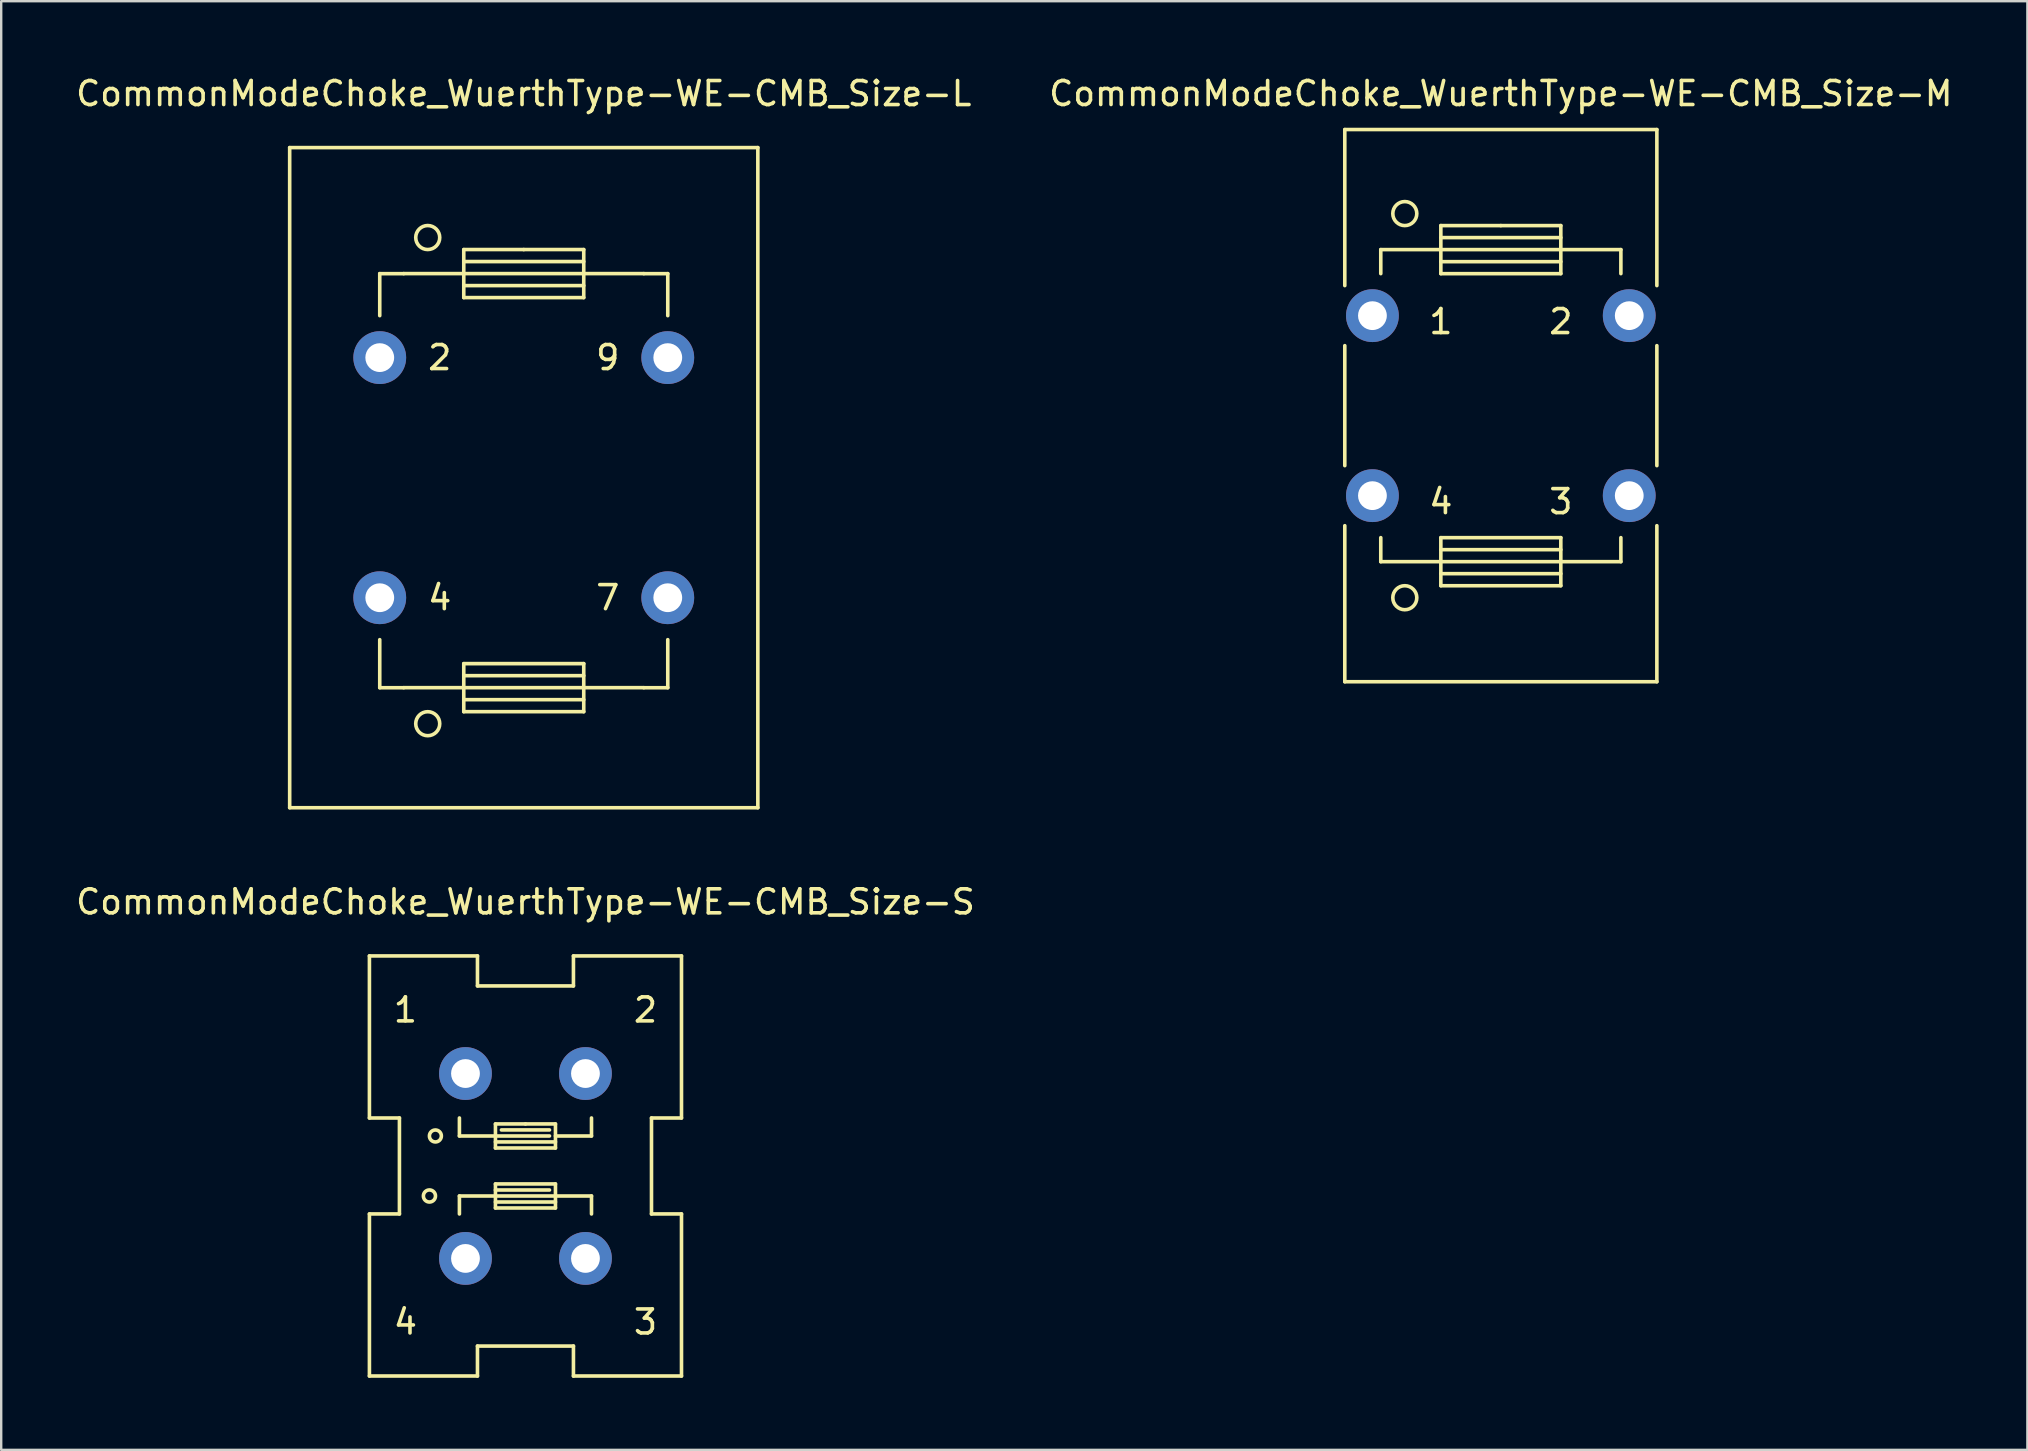
<source format=kicad_pcb>
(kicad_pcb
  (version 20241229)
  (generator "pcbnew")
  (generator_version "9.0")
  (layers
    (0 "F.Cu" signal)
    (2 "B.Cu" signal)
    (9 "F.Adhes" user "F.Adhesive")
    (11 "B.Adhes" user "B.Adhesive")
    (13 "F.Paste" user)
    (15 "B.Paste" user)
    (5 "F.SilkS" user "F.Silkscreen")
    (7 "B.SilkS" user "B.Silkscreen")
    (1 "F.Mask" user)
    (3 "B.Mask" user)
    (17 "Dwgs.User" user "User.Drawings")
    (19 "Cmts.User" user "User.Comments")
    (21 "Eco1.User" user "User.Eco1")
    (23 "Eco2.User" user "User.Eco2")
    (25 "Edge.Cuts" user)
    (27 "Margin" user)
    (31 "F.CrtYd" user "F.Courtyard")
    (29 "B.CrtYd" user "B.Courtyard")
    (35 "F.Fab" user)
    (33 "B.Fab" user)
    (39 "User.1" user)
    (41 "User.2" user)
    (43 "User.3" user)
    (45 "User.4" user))
  (footprint "CommonModeChoke_WuerthType-WE-CMB_Size-M"
    (layer "F.Cu")
    (at 59.47 13.848)
    (property "Reference" "CommonModeChoke_WuerthType-WE-CMB_Size-M" (at 0 -13 0) (layer "F.SilkS") (effects (font (size 1 1) (thickness 0.15))))
    (attr through_hole)
    (fp_line (start -6.5 -11.501) (end 6.5 -11.501) (stroke (width 0.15) (type solid)) (layer "F.SilkS"))
    (fp_line (start -6.5 -5.001) (end -6.5 -11.501) (stroke (width 0.15) (type solid)) (layer "F.SilkS"))
    (fp_line (start -6.5 2.499) (end -6.5 -2.499) (stroke (width 0.15) (type solid)) (layer "F.SilkS"))
    (fp_line (start -6.5 11.501) (end -6.5 5.001) (stroke (width 0.15) (type solid)) (layer "F.SilkS"))
    (fp_line (start -5.001 -6.5) (end -5.001 -5.499) (stroke (width 0.15) (type solid)) (layer "F.SilkS"))
    (fp_line (start -5.001 5.499) (end -5.001 6.5) (stroke (width 0.15) (type solid)) (layer "F.SilkS"))
    (fp_line (start -5.001 6.5) (end -2.499 6.5) (stroke (width 0.15) (type solid)) (layer "F.SilkS"))
    (fp_line (start -2.499 -7.501) (end 0 -7.501) (stroke (width 0.15) (type solid)) (layer "F.SilkS"))
    (fp_line (start -2.499 -6.5) (end -5.001 -6.5) (stroke (width 0.15) (type solid)) (layer "F.SilkS"))
    (fp_line (start -2.499 -6.5) (end 2.499 -6.5) (stroke (width 0.15) (type solid)) (layer "F.SilkS"))
    (fp_line (start -2.499 -5.999) (end 2.499 -5.999) (stroke (width 0.15) (type solid)) (layer "F.SilkS"))
    (fp_line (start -2.499 -5.499) (end -2.499 -7.501) (stroke (width 0.15) (type solid)) (layer "F.SilkS"))
    (fp_line (start -2.499 5.499) (end 2.499 5.499) (stroke (width 0.15) (type solid)) (layer "F.SilkS"))
    (fp_line (start -2.499 7) (end 2.499 7) (stroke (width 0.15) (type solid)) (layer "F.SilkS"))
    (fp_line (start -2.499 7.501) (end -2.499 5.499) (stroke (width 0.15) (type solid)) (layer "F.SilkS"))
    (fp_line (start 0 -7.501) (end 2.499 -7.501) (stroke (width 0.15) (type solid)) (layer "F.SilkS"))
    (fp_line (start 2.499 -7.501) (end 2.499 -5.499) (stroke (width 0.15) (type solid)) (layer "F.SilkS"))
    (fp_line (start 2.499 -7) (end -2.499 -7) (stroke (width 0.15) (type solid)) (layer "F.SilkS"))
    (fp_line (start 2.499 -6.5) (end 5.001 -6.5) (stroke (width 0.15) (type solid)) (layer "F.SilkS"))
    (fp_line (start 2.499 -5.499) (end -2.499 -5.499) (stroke (width 0.15) (type solid)) (layer "F.SilkS"))
    (fp_line (start 2.499 5.499) (end 2.499 7.501) (stroke (width 0.15) (type solid)) (layer "F.SilkS"))
    (fp_line (start 2.499 5.999) (end -2.499 5.999) (stroke (width 0.15) (type solid)) (layer "F.SilkS"))
    (fp_line (start 2.499 6.5) (end -2.499 6.5) (stroke (width 0.15) (type solid)) (layer "F.SilkS"))
    (fp_line (start 2.499 7.501) (end -2.499 7.501) (stroke (width 0.15) (type solid)) (layer "F.SilkS"))
    (fp_line (start 5.001 -6.5) (end 5.001 -5.499) (stroke (width 0.15) (type solid)) (layer "F.SilkS"))
    (fp_line (start 5.001 5.499) (end 5.001 6.5) (stroke (width 0.15) (type solid)) (layer "F.SilkS"))
    (fp_line (start 5.001 6.5) (end 2.499 6.5) (stroke (width 0.15) (type solid)) (layer "F.SilkS"))
    (fp_line (start 6.5 -11.501) (end 6.5 -5.001) (stroke (width 0.15) (type solid)) (layer "F.SilkS"))
    (fp_line (start 6.5 -2.499) (end 6.5 2.499) (stroke (width 0.15) (type solid)) (layer "F.SilkS"))
    (fp_line (start 6.5 5.001) (end 6.5 11.501) (stroke (width 0.15) (type solid)) (layer "F.SilkS"))
    (fp_line (start 6.5 11.501) (end -6.5 11.501) (stroke (width 0.15) (type solid)) (layer "F.SilkS"))
    (fp_circle (center -4 -8.001) (end -3.5 -8.001) (stroke (width 0.15) (type solid)) (fill no) (layer "F.SilkS"))
    (fp_circle (center -4 8.001) (end -3.5 8.001) (stroke (width 0.15) (type solid)) (fill no) (layer "F.SilkS"))
    (fp_text user "1" (at -2.499 -3.5 0) (layer "F.SilkS") (effects (font (size 1 1) (thickness 0.15))))
    (fp_text user "2" (at 2.499 -3.5 0) (layer "F.SilkS") (effects (font (size 1 1) (thickness 0.15))))
    (fp_text user "3" (at 2.499 4 0) (layer "F.SilkS") (effects (font (size 1 1) (thickness 0.15))))
    (fp_text user "4" (at -2.499 4 0) (layer "F.SilkS") (effects (font (size 1 1) (thickness 0.15))))
    (pad "1" thru_hole circle (at -5.349 -3.749) (size 2.2 2.2) (drill 1.199) (layers "*.Cu" "*.Mask"))
    (pad "2" thru_hole circle (at 5.349 -3.749) (size 2.2 2.2) (drill 1.199) (layers "*.Cu" "*.Mask"))
    (pad "3" thru_hole circle (at 5.349 3.749) (size 2.2 2.2) (drill 1.199) (layers "*.Cu" "*.Mask"))
    (pad "4" thru_hole circle (at -5.349 3.749) (size 2.2 2.2) (drill 1.199) (layers "*.Cu" "*.Mask")))
  (footprint "CommonModeChoke_WuerthType-WE-CMB_Size-S"
    (layer "F.Cu")
    (at 18.839 45.521)
    (property "Reference" "CommonModeChoke_WuerthType-WE-CMB_Size-S" (at 0 -11.001 0) (layer "F.SilkS") (effects (font (size 1 1) (thickness 0.15))))
    (attr through_hole)
    (fp_line (start -6.5 -8.75) (end -6.5 -1.999) (stroke (width 0.15) (type solid)) (layer "F.SilkS"))
    (fp_line (start -6.5 -1.999) (end -5.25 -1.999) (stroke (width 0.15) (type solid)) (layer "F.SilkS"))
    (fp_line (start -6.5 1.999) (end -6.5 8.75) (stroke (width 0.15) (type solid)) (layer "F.SilkS"))
    (fp_line (start -6.5 8.75) (end -1.999 8.75) (stroke (width 0.15) (type solid)) (layer "F.SilkS"))
    (fp_line (start -5.25 -1.999) (end -5.25 1.999) (stroke (width 0.15) (type solid)) (layer "F.SilkS"))
    (fp_line (start -5.25 1.999) (end -6.5 1.999) (stroke (width 0.15) (type solid)) (layer "F.SilkS"))
    (fp_line (start -2.751 -1.25) (end -2.751 -1.999) (stroke (width 0.15) (type solid)) (layer "F.SilkS"))
    (fp_line (start -2.751 1.25) (end -2.751 1.999) (stroke (width 0.15) (type solid)) (layer "F.SilkS"))
    (fp_line (start -1.999 -8.75) (end -6.5 -8.75) (stroke (width 0.15) (type solid)) (layer "F.SilkS"))
    (fp_line (start -1.999 -7.501) (end -1.999 -8.75) (stroke (width 0.15) (type solid)) (layer "F.SilkS"))
    (fp_line (start -1.999 7.501) (end 1.999 7.501) (stroke (width 0.15) (type solid)) (layer "F.SilkS"))
    (fp_line (start -1.999 8.75) (end -1.999 7.501) (stroke (width 0.15) (type solid)) (layer "F.SilkS"))
    (fp_line (start -1.25 -1.75) (end 0 -1.75) (stroke (width 0.15) (type solid)) (layer "F.SilkS"))
    (fp_line (start -1.25 -1.25) (end -2.751 -1.25) (stroke (width 0.15) (type solid)) (layer "F.SilkS"))
    (fp_line (start -1.25 -1.001) (end 1.25 -1.001) (stroke (width 0.15) (type solid)) (layer "F.SilkS"))
    (fp_line (start -1.25 -0.749) (end -1.25 -1.75) (stroke (width 0.15) (type solid)) (layer "F.SilkS"))
    (fp_line (start -1.25 0.749) (end 1.25 0.749) (stroke (width 0.15) (type solid)) (layer "F.SilkS"))
    (fp_line (start -1.25 1.001) (end 1.001 1.001) (stroke (width 0.15) (type solid)) (layer "F.SilkS"))
    (fp_line (start -1.25 1.25) (end -2.751 1.25) (stroke (width 0.15) (type solid)) (layer "F.SilkS"))
    (fp_line (start -1.25 1.75) (end -1.25 0.749) (stroke (width 0.15) (type solid)) (layer "F.SilkS"))
    (fp_line (start 0 -1.75) (end 1.25 -1.75) (stroke (width 0.15) (type solid)) (layer "F.SilkS"))
    (fp_line (start 1.001 -1.501) (end -1.001 -1.501) (stroke (width 0.15) (type solid)) (layer "F.SilkS"))
    (fp_line (start 1.001 -1.25) (end -1.25 -1.25) (stroke (width 0.15) (type solid)) (layer "F.SilkS"))
    (fp_line (start 1.25 -1.75) (end 1.25 -0.749) (stroke (width 0.15) (type solid)) (layer "F.SilkS"))
    (fp_line (start 1.25 -1.25) (end 2.751 -1.25) (stroke (width 0.15) (type solid)) (layer "F.SilkS"))
    (fp_line (start 1.25 -0.749) (end -1.25 -0.749) (stroke (width 0.15) (type solid)) (layer "F.SilkS"))
    (fp_line (start 1.25 0.749) (end 1.25 1.75) (stroke (width 0.15) (type solid)) (layer "F.SilkS"))
    (fp_line (start 1.25 1.25) (end -1.25 1.25) (stroke (width 0.15) (type solid)) (layer "F.SilkS"))
    (fp_line (start 1.25 1.25) (end 2.751 1.25) (stroke (width 0.15) (type solid)) (layer "F.SilkS"))
    (fp_line (start 1.25 1.501) (end -1.25 1.501) (stroke (width 0.15) (type solid)) (layer "F.SilkS"))
    (fp_line (start 1.25 1.75) (end -1.25 1.75) (stroke (width 0.15) (type solid)) (layer "F.SilkS"))
    (fp_line (start 1.999 -8.75) (end 1.999 -7.501) (stroke (width 0.15) (type solid)) (layer "F.SilkS"))
    (fp_line (start 1.999 -7.501) (end -1.999 -7.501) (stroke (width 0.15) (type solid)) (layer "F.SilkS"))
    (fp_line (start 1.999 7.501) (end 1.999 8.75) (stroke (width 0.15) (type solid)) (layer "F.SilkS"))
    (fp_line (start 1.999 8.75) (end 6.5 8.75) (stroke (width 0.15) (type solid)) (layer "F.SilkS"))
    (fp_line (start 2.751 -1.25) (end 2.751 -1.999) (stroke (width 0.15) (type solid)) (layer "F.SilkS"))
    (fp_line (start 2.751 1.25) (end 2.751 1.999) (stroke (width 0.15) (type solid)) (layer "F.SilkS"))
    (fp_line (start 5.25 -1.999) (end 6.5 -1.999) (stroke (width 0.15) (type solid)) (layer "F.SilkS"))
    (fp_line (start 5.25 1.999) (end 5.25 -1.999) (stroke (width 0.15) (type solid)) (layer "F.SilkS"))
    (fp_line (start 6.5 -8.75) (end 1.999 -8.75) (stroke (width 0.15) (type solid)) (layer "F.SilkS"))
    (fp_line (start 6.5 -1.999) (end 6.5 -8.75) (stroke (width 0.15) (type solid)) (layer "F.SilkS"))
    (fp_line (start 6.5 1.999) (end 5.25 1.999) (stroke (width 0.15) (type solid)) (layer "F.SilkS"))
    (fp_line (start 6.5 8.75) (end 6.5 1.999) (stroke (width 0.15) (type solid)) (layer "F.SilkS"))
    (fp_circle (center -4 1.25) (end -4 0.998) (stroke (width 0.15) (type solid)) (fill no) (layer "F.SilkS"))
    (fp_circle (center -3.752 -1.25) (end -3.503 -1.25) (stroke (width 0.15) (type solid)) (fill no) (layer "F.SilkS"))
    (fp_text user "4" (at -5.001 6.5 0) (layer "F.SilkS") (effects (font (size 1 1) (thickness 0.15))))
    (fp_text user "1" (at -5.001 -6.5 0) (layer "F.SilkS") (effects (font (size 1 1) (thickness 0.15))))
    (fp_text user "3" (at 5.001 6.5 0) (layer "F.SilkS") (effects (font (size 1 1) (thickness 0.15))))
    (fp_text user "2" (at 5.001 -6.5 0) (layer "F.SilkS") (effects (font (size 1 1) (thickness 0.15))))
    (pad "1" thru_hole circle (at -2.499 -3.851) (size 2.2 2.2) (drill 1.199) (layers "*.Cu" "*.Mask"))
    (pad "2" thru_hole circle (at 2.499 -3.851) (size 2.2 2.2) (drill 1.199) (layers "*.Cu" "*.Mask"))
    (pad "3" thru_hole circle (at 2.499 3.851) (size 2.2 2.2) (drill 1.199) (layers "*.Cu" "*.Mask"))
    (pad "4" thru_hole circle (at -2.499 3.851) (size 2.2 2.2) (drill 1.199) (layers "*.Cu" "*.Mask")))
  (footprint "CommonModeChoke_WuerthType-WE-CMB_Size-L"
    (layer "F.Cu")
    (at 18.768 16.848)
    (property "Reference" "CommonModeChoke_WuerthType-WE-CMB_Size-L" (at 0 -15.999 0) (layer "F.SilkS") (effects (font (size 1 1) (thickness 0.15))))
    (attr through_hole)
    (fp_line (start -9.751 -13.749) (end -9.751 13.749) (stroke (width 0.15) (type solid)) (layer "F.SilkS"))
    (fp_line (start -5.999 -8.499) (end -5.999 -6.749) (stroke (width 0.15) (type solid)) (layer "F.SilkS"))
    (fp_line (start -5.999 8.75) (end -5.999 6.749) (stroke (width 0.15) (type solid)) (layer "F.SilkS"))
    (fp_line (start -5.001 -8.499) (end -5.999 -8.499) (stroke (width 0.15) (type solid)) (layer "F.SilkS"))
    (fp_line (start -5.001 8.748) (end -2.499 8.748) (stroke (width 0.15) (type solid)) (layer "F.SilkS"))
    (fp_line (start -5.001 8.75) (end -5.999 8.75) (stroke (width 0.15) (type solid)) (layer "F.SilkS"))
    (fp_line (start -2.499 -9.502) (end 0 -9.502) (stroke (width 0.15) (type solid)) (layer "F.SilkS"))
    (fp_line (start -2.499 -8.501) (end -5.001 -8.501) (stroke (width 0.15) (type solid)) (layer "F.SilkS"))
    (fp_line (start -2.499 -8.501) (end 2.499 -8.501) (stroke (width 0.15) (type solid)) (layer "F.SilkS"))
    (fp_line (start -2.499 -8.001) (end 2.499 -8.001) (stroke (width 0.15) (type solid)) (layer "F.SilkS"))
    (fp_line (start -2.499 -7.501) (end -2.499 -9.502) (stroke (width 0.15) (type solid)) (layer "F.SilkS"))
    (fp_line (start -2.499 7.747) (end 2.499 7.747) (stroke (width 0.15) (type solid)) (layer "F.SilkS"))
    (fp_line (start -2.499 9.248) (end 2.499 9.248) (stroke (width 0.15) (type solid)) (layer "F.SilkS"))
    (fp_line (start -2.499 9.749) (end -2.499 7.747) (stroke (width 0.15) (type solid)) (layer "F.SilkS"))
    (fp_line (start 0 -9.502) (end 2.499 -9.502) (stroke (width 0.15) (type solid)) (layer "F.SilkS"))
    (fp_line (start 2.499 -9.502) (end 2.499 -7.501) (stroke (width 0.15) (type solid)) (layer "F.SilkS"))
    (fp_line (start 2.499 -9.002) (end -2.499 -9.002) (stroke (width 0.15) (type solid)) (layer "F.SilkS"))
    (fp_line (start 2.499 -8.501) (end 5.001 -8.501) (stroke (width 0.15) (type solid)) (layer "F.SilkS"))
    (fp_line (start 2.499 -7.501) (end -2.499 -7.501) (stroke (width 0.15) (type solid)) (layer "F.SilkS"))
    (fp_line (start 2.499 7.747) (end 2.499 9.749) (stroke (width 0.15) (type solid)) (layer "F.SilkS"))
    (fp_line (start 2.499 8.247) (end -2.499 8.247) (stroke (width 0.15) (type solid)) (layer "F.SilkS"))
    (fp_line (start 2.499 8.748) (end -2.499 8.748) (stroke (width 0.15) (type solid)) (layer "F.SilkS"))
    (fp_line (start 2.499 9.749) (end -2.499 9.749) (stroke (width 0.15) (type solid)) (layer "F.SilkS"))
    (fp_line (start 5.001 -8.499) (end 5.999 -8.499) (stroke (width 0.15) (type solid)) (layer "F.SilkS"))
    (fp_line (start 5.001 8.748) (end 2.499 8.748) (stroke (width 0.15) (type solid)) (layer "F.SilkS"))
    (fp_line (start 5.001 8.75) (end 5.999 8.75) (stroke (width 0.15) (type solid)) (layer "F.SilkS"))
    (fp_line (start 5.999 -8.499) (end 5.999 -6.749) (stroke (width 0.15) (type solid)) (layer "F.SilkS"))
    (fp_line (start 5.999 8.75) (end 5.999 6.749) (stroke (width 0.15) (type solid)) (layer "F.SilkS"))
    (fp_line (start 9.751 -13.749) (end -9.751 -13.749) (stroke (width 0.15) (type solid)) (layer "F.SilkS"))
    (fp_line (start 9.751 -13.749) (end 9.751 13.749) (stroke (width 0.15) (type solid)) (layer "F.SilkS"))
    (fp_line (start 9.751 13.749) (end -9.751 13.749) (stroke (width 0.15) (type solid)) (layer "F.SilkS"))
    (fp_circle (center -4 -10.003) (end -3.5 -10.003) (stroke (width 0.15) (type solid)) (fill no) (layer "F.SilkS"))
    (fp_circle (center -4 10.249) (end -3.5 10.249) (stroke (width 0.15) (type solid)) (fill no) (layer "F.SilkS"))
    (fp_text user "7" (at 3.5 5.001 0) (layer "F.SilkS") (effects (font (size 1 1) (thickness 0.15))))
    (fp_text user "4" (at -3.5 5.001 0) (layer "F.SilkS") (effects (font (size 1 1) (thickness 0.15))))
    (fp_text user "9" (at 3.5 -5.001 0) (layer "F.SilkS") (effects (font (size 1 1) (thickness 0.15))))
    (fp_text user "2" (at -3.5 -5.001 0) (layer "F.SilkS") (effects (font (size 1 1) (thickness 0.15))))
    (pad "2" thru_hole circle (at -5.999 -5.001) (size 2.2 2.2) (drill 1.199) (layers "*.Cu" "*.Mask"))
    (pad "4" thru_hole circle (at -5.999 5.001) (size 2.2 2.2) (drill 1.199) (layers "*.Cu" "*.Mask"))
    (pad "7" thru_hole circle (at 5.999 5.001) (size 2.2 2.2) (drill 1.199) (layers "*.Cu" "*.Mask"))
    (pad "9" thru_hole circle (at 5.999 -5.001) (size 2.2 2.2) (drill 1.199) (layers "*.Cu" "*.Mask")))
  (gr_rect
    (start -3 -3)
    (end 81.405 57.346)
    (stroke (width 0.1) (type default))
    (fill no)
    (layer "Edge.Cuts")))
</source>
